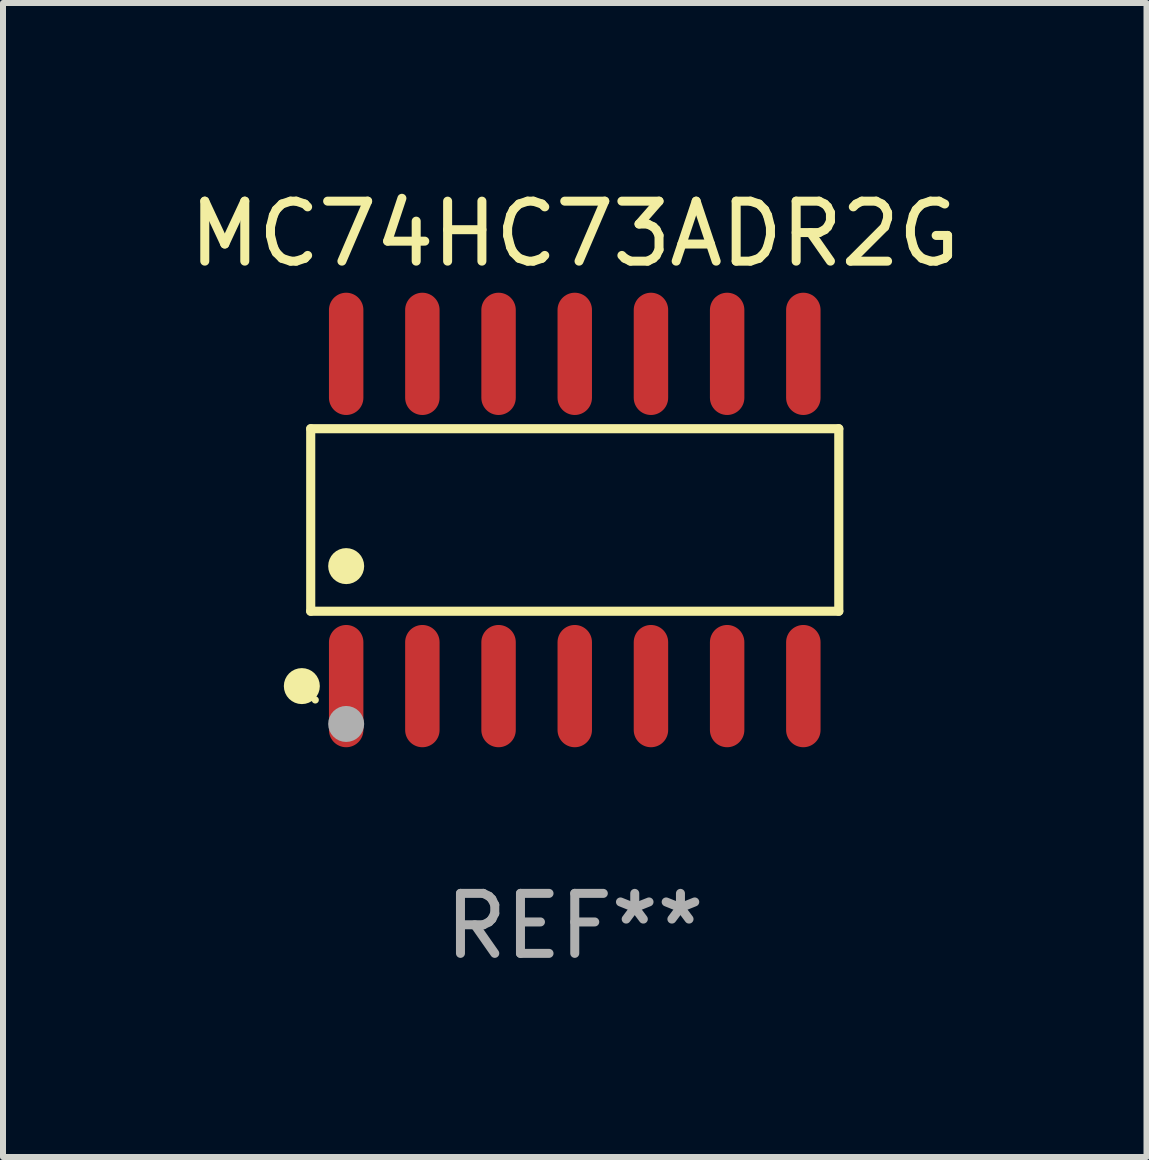
<source format=kicad_pcb>
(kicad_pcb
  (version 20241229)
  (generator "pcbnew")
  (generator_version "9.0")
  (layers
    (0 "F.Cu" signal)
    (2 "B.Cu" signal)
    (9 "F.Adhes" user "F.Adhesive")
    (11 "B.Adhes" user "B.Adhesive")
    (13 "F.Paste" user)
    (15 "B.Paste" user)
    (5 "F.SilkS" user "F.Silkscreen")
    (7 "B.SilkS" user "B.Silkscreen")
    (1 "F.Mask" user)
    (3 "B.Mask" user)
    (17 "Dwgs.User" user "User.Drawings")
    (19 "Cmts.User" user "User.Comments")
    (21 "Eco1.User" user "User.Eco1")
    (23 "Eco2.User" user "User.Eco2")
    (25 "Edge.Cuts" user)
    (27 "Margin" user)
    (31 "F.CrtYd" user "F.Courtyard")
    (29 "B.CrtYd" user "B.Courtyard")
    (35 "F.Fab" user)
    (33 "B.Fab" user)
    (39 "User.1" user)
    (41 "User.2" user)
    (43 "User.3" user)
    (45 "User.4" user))
  (footprint "MC74HC73ADR2G"
    (layer "F.Cu")
    (at 6.53 5.617)
    (property "Reference" "MC74HC73ADR2G" (at 0 -4.769 0) (layer "F.SilkS") (effects (font (size 1 1) (thickness 0.15))))
    (attr through_hole)
    (fp_line (start -4.401 -1.521) (end 4.401 -1.521) (stroke (width 0.152) (type solid)) (layer "F.SilkS"))
    (fp_line (start -4.401 1.521) (end -4.401 -1.521) (stroke (width 0.152) (type solid)) (layer "F.SilkS"))
    (fp_line (start 4.401 -1.521) (end 4.401 1.521) (stroke (width 0.152) (type solid)) (layer "F.SilkS"))
    (fp_line (start 4.401 1.521) (end -4.401 1.521) (stroke (width 0.152) (type solid)) (layer "F.SilkS"))
    (fp_circle (center -4.549 2.769) (end -4.399 2.769) (stroke (width 0.3) (type solid)) (fill no) (layer "F.SilkS"))
    (fp_circle (center -4.325 3) (end -4.295 3) (stroke (width 0.06) (type solid)) (fill no) (layer "F.SilkS"))
    (fp_circle (center -3.81 0.769) (end -3.66 0.769) (stroke (width 0.3) (type solid)) (fill no) (layer "F.SilkS"))
    (fp_circle (center -3.81 3.4) (end -3.66 3.4) (stroke (width 0.3) (type solid)) (fill no) (layer "F.Fab"))
    (fp_text user "REF**" (at 0 6.769 0) (layer "F.Fab") (effects (font (size 1 1) (thickness 0.15))))
    (pad "1" smd oval (at -3.81 2.769) (size 0.574 2.038) (layers "F.Cu" "F.Mask" "F.Paste"))
    (pad "2" smd oval (at -2.54 2.769) (size 0.574 2.038) (layers "F.Cu" "F.Mask" "F.Paste"))
    (pad "3" smd oval (at -1.27 2.769) (size 0.574 2.038) (layers "F.Cu" "F.Mask" "F.Paste"))
    (pad "4" smd oval (at 0 2.769) (size 0.574 2.038) (layers "F.Cu" "F.Mask" "F.Paste"))
    (pad "5" smd oval (at 1.27 2.769) (size 0.574 2.038) (layers "F.Cu" "F.Mask" "F.Paste"))
    (pad "6" smd oval (at 2.54 2.769) (size 0.574 2.038) (layers "F.Cu" "F.Mask" "F.Paste"))
    (pad "7" smd oval (at 3.81 2.769) (size 0.574 2.038) (layers "F.Cu" "F.Mask" "F.Paste"))
    (pad "8" smd oval (at 3.81 -2.769) (size 0.574 2.038) (layers "F.Cu" "F.Mask" "F.Paste"))
    (pad "9" smd oval (at 2.54 -2.769) (size 0.574 2.038) (layers "F.Cu" "F.Mask" "F.Paste"))
    (pad "10" smd oval (at 1.27 -2.769) (size 0.574 2.038) (layers "F.Cu" "F.Mask" "F.Paste"))
    (pad "11" smd oval (at 0 -2.769) (size 0.574 2.038) (layers "F.Cu" "F.Mask" "F.Paste"))
    (pad "12" smd oval (at -1.27 -2.769) (size 0.574 2.038) (layers "F.Cu" "F.Mask" "F.Paste"))
    (pad "13" smd oval (at -2.54 -2.769) (size 0.574 2.038) (layers "F.Cu" "F.Mask" "F.Paste"))
    (pad "14" smd oval (at -3.81 -2.769) (size 0.574 2.038) (layers "F.Cu" "F.Mask" "F.Paste")))
  (gr_rect
    (start -3 -3)
    (end 16.06 16.235)
    (stroke (width 0.1) (type default))
    (fill no)
    (layer "Edge.Cuts")))
</source>
